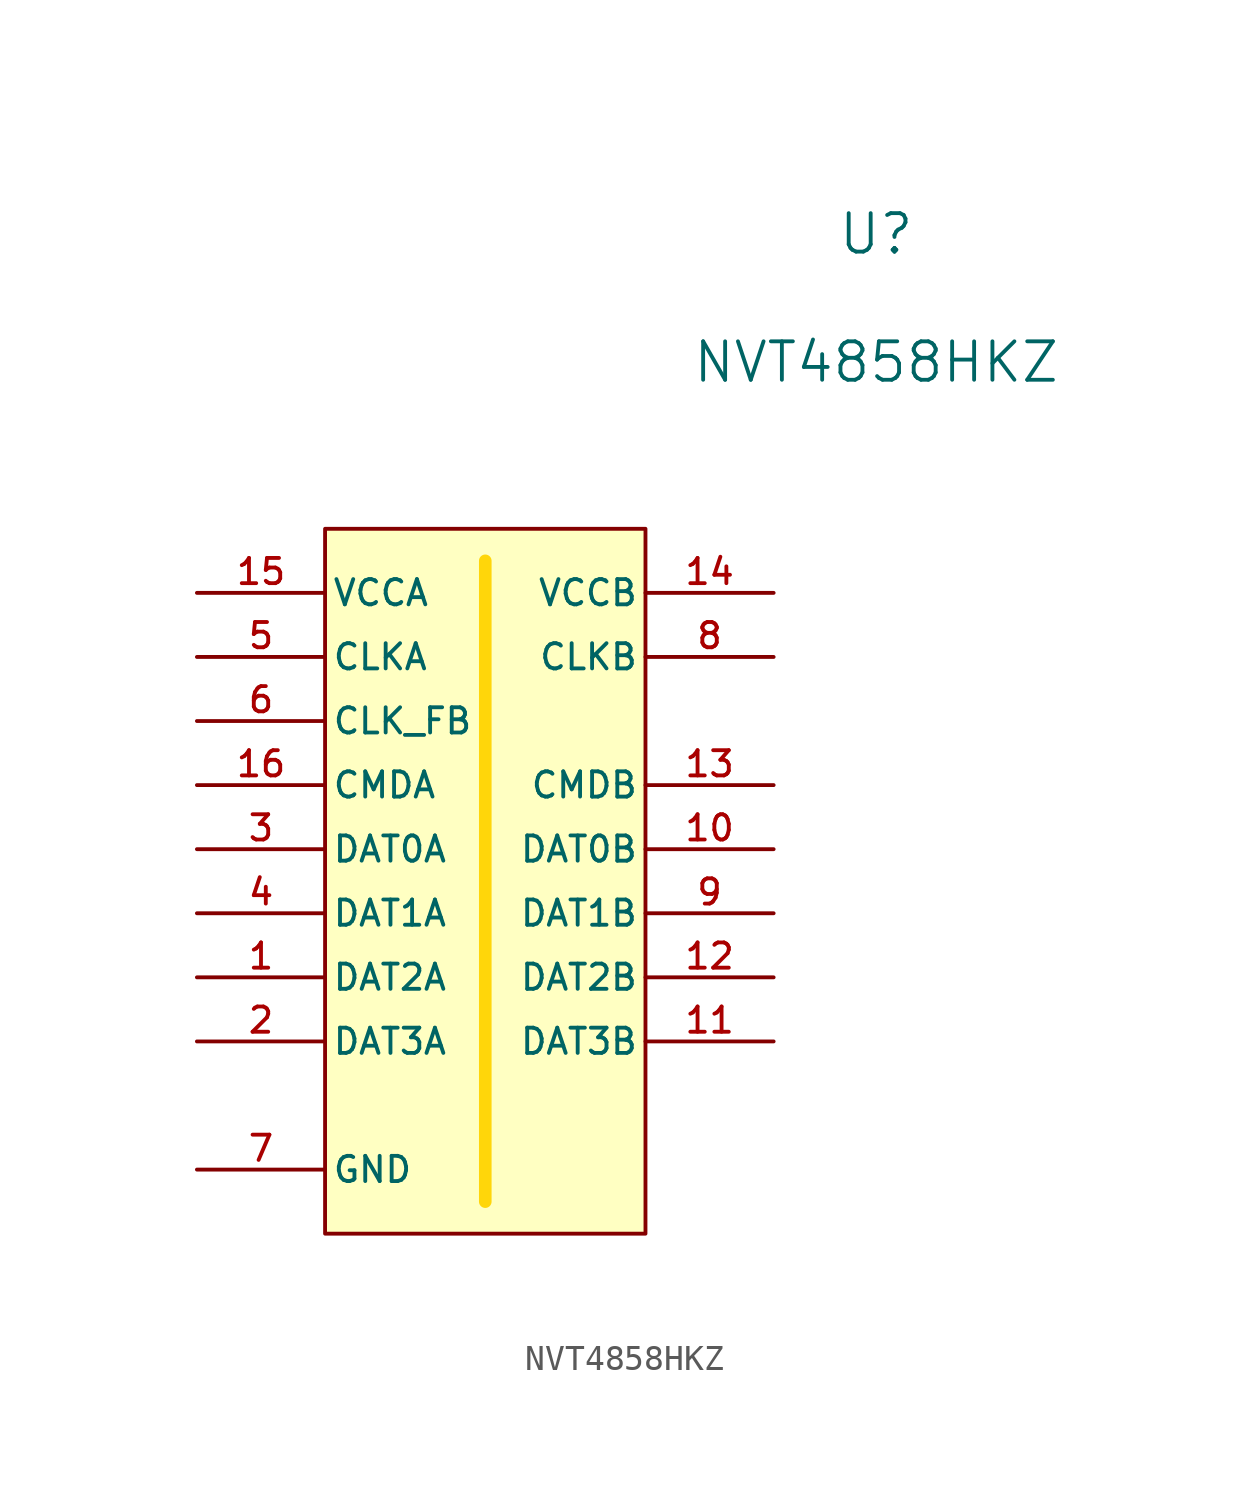
<source format=kicad_sym>
(kicad_symbol_lib
  (version 20231120)
  (generator "kicad_symbol_editor")
  (generator_version "8.0")
  (symbol "NVT4858HKZ"
    (pin_names
      (offset 0.254))
    (property "Reference" "U"
      (at 21.844 19.304 0)
      (effects (font (size 1.524 1.524))))
    (property "Value" "NVT4858HKZ"
      (at 21.844 14.224 0)
      (effects (font (size 1.524 1.524))))
    (symbol "NVT4858HKZ_0_1"
      (pin bidirectional line (at -5.08 -10.16 0) (length 5.08) (name "DAT2A" (effects (font (size 1 1)))) (number "1" (effects (font (size 1 1)))))
      (pin bidirectional line (at 17.78 -5.08 180) (length 5.08) (name "DAT0B" (effects (font (size 1 1)))) (number "10" (effects (font (size 1 1)))))
      (pin bidirectional line (at 17.78 -12.7 180) (length 5.08) (name "DAT3B" (effects (font (size 1 1)))) (number "11" (effects (font (size 1 1)))))
      (pin bidirectional line (at 17.78 -10.16 180) (length 5.08) (name "DAT2B" (effects (font (size 1 1)))) (number "12" (effects (font (size 1 1)))))
      (pin bidirectional line (at 17.78 -2.54 180) (length 5.08) (name "CMDB" (effects (font (size 1 1)))) (number "13" (effects (font (size 1 1)))))
      (pin power_in line (at 17.78 5.08 180) (length 5.08) (name "VCCB" (effects (font (size 1 1)))) (number "14" (effects (font (size 1 1)))))
      (pin power_in line (at -5.08 5.08 0) (length 5.08) (name "VCCA" (effects (font (size 1 1)))) (number "15" (effects (font (size 1 1)))))
      (pin bidirectional line (at -5.08 -2.54 0) (length 5.08) (name "CMDA" (effects (font (size 1 1)))) (number "16" (effects (font (size 1 1)))))
      (pin bidirectional line (at -5.08 -12.7 0) (length 5.08) (name "DAT3A" (effects (font (size 1 1)))) (number "2" (effects (font (size 1 1)))))
      (pin bidirectional line (at -5.08 -5.08 0) (length 5.08) (name "DAT0A" (effects (font (size 1 1)))) (number "3" (effects (font (size 1 1)))))
      (pin bidirectional line (at -5.08 -7.62 0) (length 5.08) (name "DAT1A" (effects (font (size 1 1)))) (number "4" (effects (font (size 1 1)))))
      (pin input line (at -5.08 2.54 0) (length 5.08) (name "CLKA" (effects (font (size 1 1)))) (number "5" (effects (font (size 1 1)))))
      (pin output line (at -5.08 0 0) (length 5.08) (name "CLK_FB" (effects (font (size 1 1)))) (number "6" (effects (font (size 1 1)))))
      (pin power_out line (at -5.08 -17.78 0) (length 5.08) (name "GND" (effects (font (size 1 1)))) (number "7" (effects (font (size 1 1)))))
      (pin output line (at 17.78 2.54 180) (length 5.08) (name "CLKB" (effects (font (size 1 1)))) (number "8" (effects (font (size 1 1)))))
      (pin bidirectional line (at 17.78 -7.62 180) (length 5.08) (name "DAT1B" (effects (font (size 1 1)))) (number "9" (effects (font (size 1 1))))))
    (symbol "NVT4858HKZ_1_1"
      (polyline (pts (xy 6.35 6.35) (xy 6.35 -19.05)) (stroke (width 0.5) (type default) (color 255 214 10 0.58)) (fill (type none)))
      (rectangle (start 0 7.62) (end 12.7 -20.32) (stroke (width 0) (type default)) (fill (type background))))))
</source>
